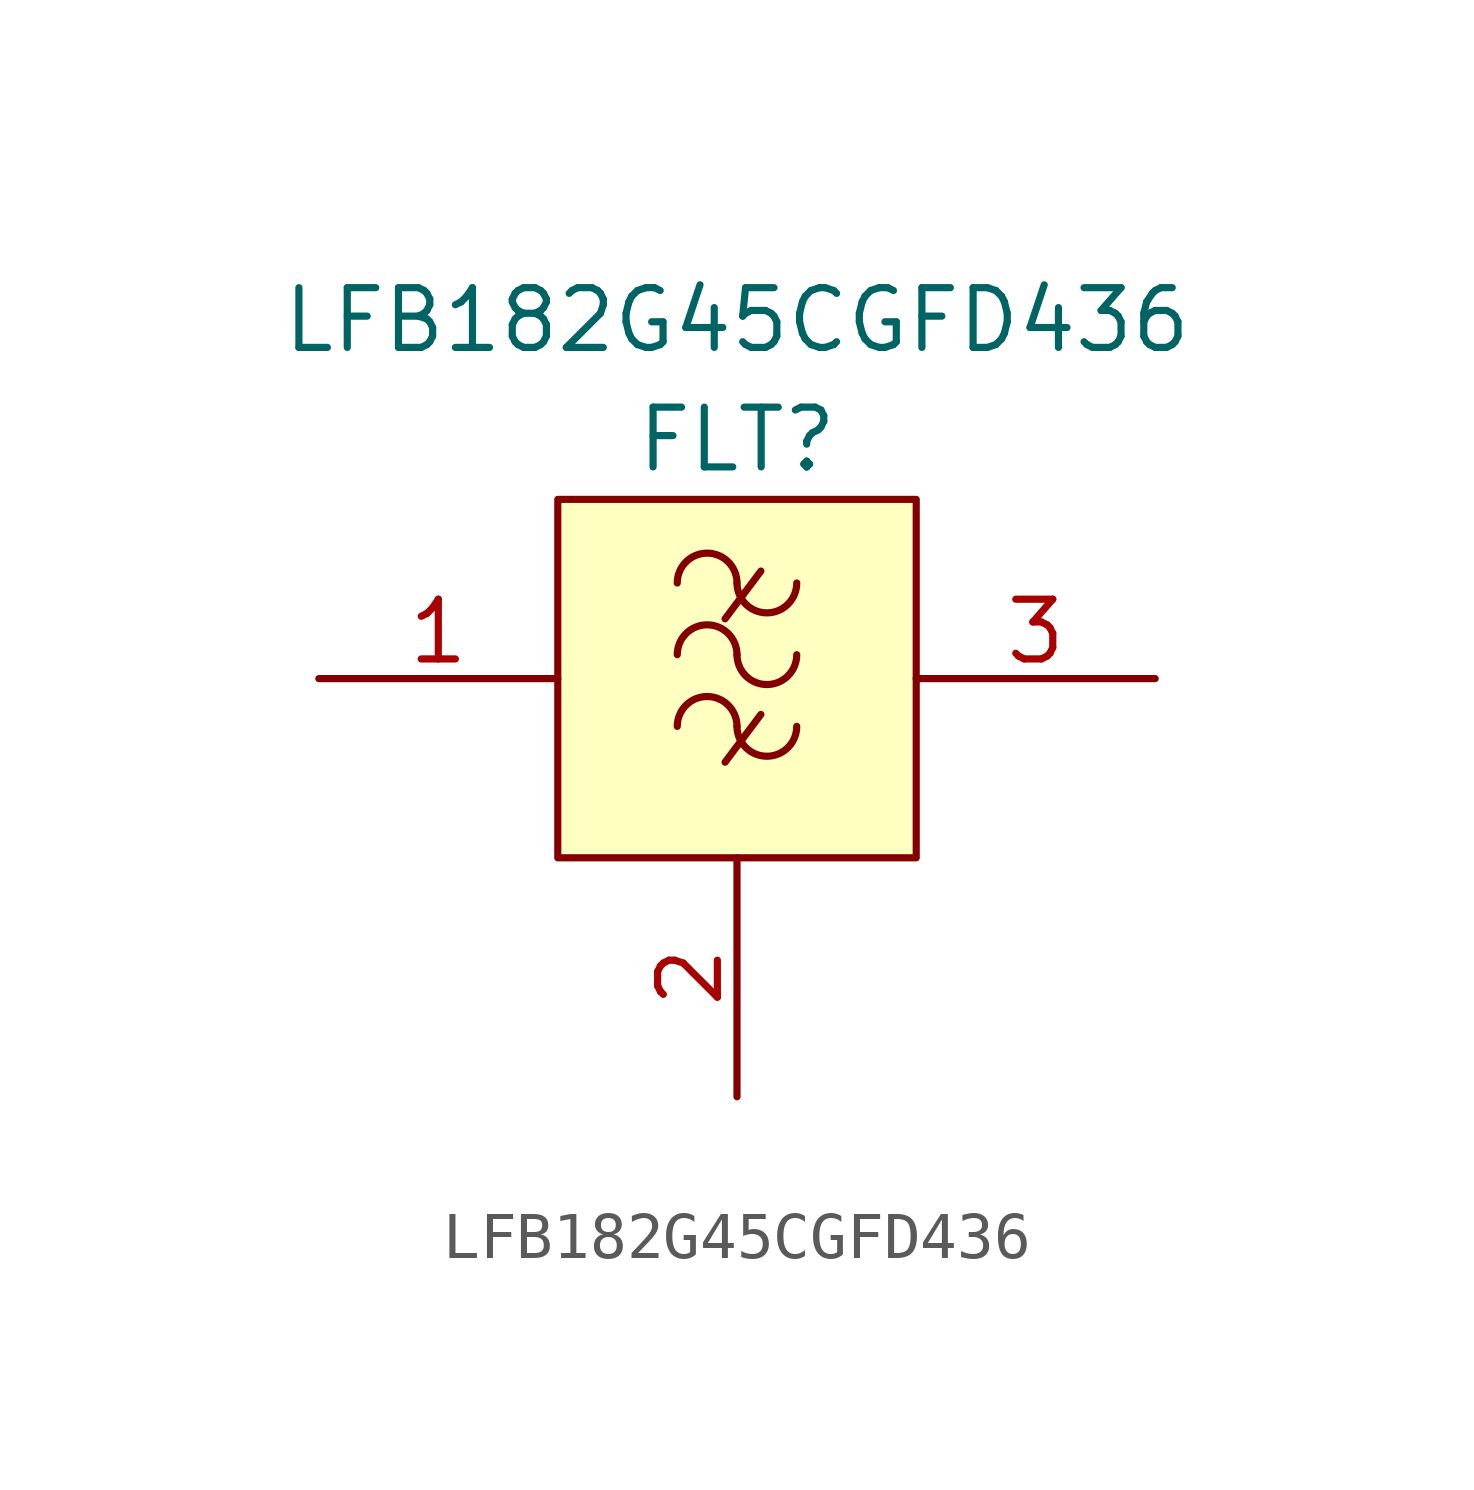
<source format=kicad_sym>
(kicad_symbol_lib
  (version 20211014)
  (generator kicad_symbol_editor)
  (symbol "LFB182G45CGFD436"
    (pin_names
      (offset 1.016))
    (property "Reference" "FLT"
      (at 0 5.08 0)
      (effects (font (size 1.27 1.27))))
    (property "Value" "LFB182G45CGFD436"
      (at 0 7.62 0)
      (effects (font (size 1.27 1.27))))
    (symbol "LFB182G45CGFD436_0_0"
      (pin passive line (at -8.89 0 0) (length 5.08) (name "~" (effects (font (size 1.27 1.27)))) (number "1" (effects (font (size 1.27 1.27)))))
      (pin passive line (at 0 -8.89 90) (length 5.08) (name "~" (effects (font (size 1.27 1.27)))) (number "2" (effects (font (size 1.27 1.27)))))
      (pin passive line (at 8.89 0 180) (length 5.08) (name "~" (effects (font (size 1.27 1.27)))) (number "3" (effects (font (size 1.27 1.27))))))
    (symbol "LFB182G45CGFD436_0_1"
      (rectangle (start -3.81 3.81) (end 3.81 -3.81) (stroke (width 0.152) (type default) (color 0 0 0 0)) (fill (type background)))
      (polyline (pts (xy -0.254 -1.778) (xy 0.508 -0.762)) (stroke (width 0.152) (type default) (color 0 0 0 0)) (fill (type none)))
      (polyline (pts (xy 0.508 2.286) (xy -0.254 1.27)) (stroke (width 0.152) (type default) (color 0 0 0 0)) (fill (type none)))
      (arc (start 0 2.032) (mid -0.635 2.667) (end -1.27 2.032) (stroke (width 0.1524) (type default) (color 0 0 0 0)) (fill (type none))))
    (symbol "LFB182G45CGFD436_1_1"
      (arc (start 0 -1.016) (mid -0.635 -0.381) (end -1.27 -1.016) (stroke (width 0.1524) (type default) (color 0 0 0 0)) (fill (type none)))
      (arc (start 0 -1.016) (mid 0.635 -1.651) (end 1.27 -1.016) (stroke (width 0.1524) (type default) (color 0 0 0 0)) (fill (type none)))
      (arc (start 0 0.508) (mid -0.635 1.143) (end -1.27 0.508) (stroke (width 0.1524) (type default) (color 0 0 0 0)) (fill (type none)))
      (arc (start 0 0.508) (mid 0.635 -0.127) (end 1.27 0.508) (stroke (width 0.1524) (type default) (color 0 0 0 0)) (fill (type none)))
      (arc (start 0 2.032) (mid 0.635 1.397) (end 1.27 2.032) (stroke (width 0.1524) (type default) (color 0 0 0 0)) (fill (type none))))))
</source>
